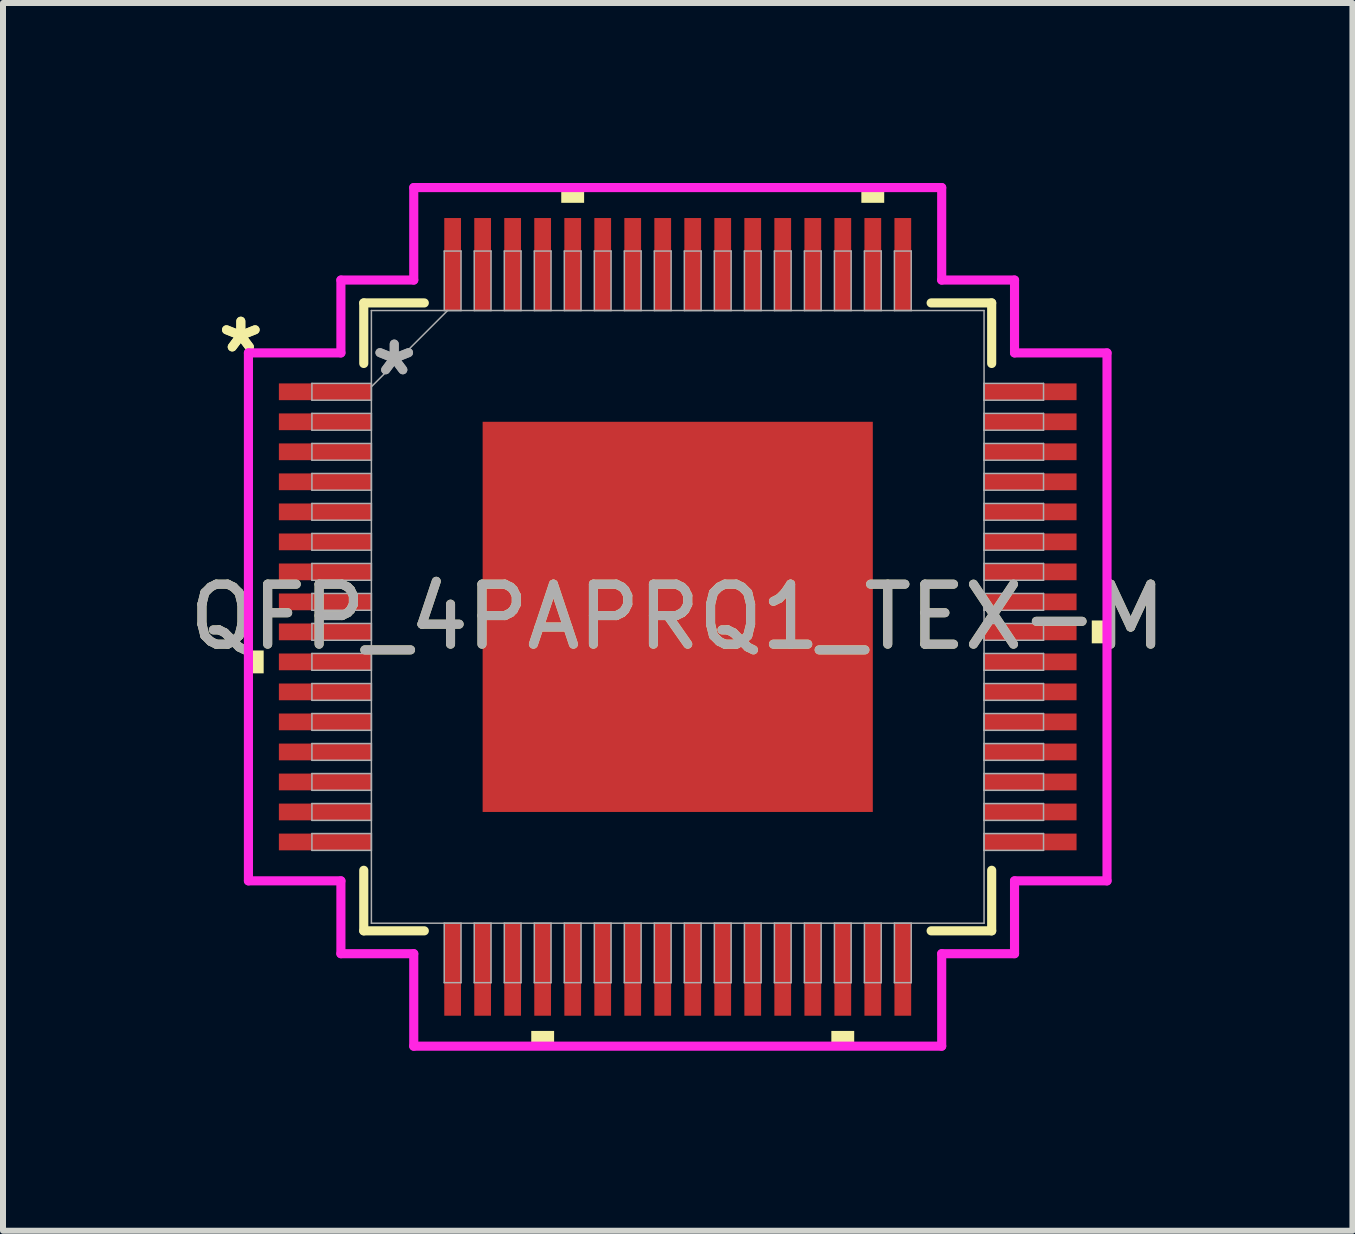
<source format=kicad_pcb>
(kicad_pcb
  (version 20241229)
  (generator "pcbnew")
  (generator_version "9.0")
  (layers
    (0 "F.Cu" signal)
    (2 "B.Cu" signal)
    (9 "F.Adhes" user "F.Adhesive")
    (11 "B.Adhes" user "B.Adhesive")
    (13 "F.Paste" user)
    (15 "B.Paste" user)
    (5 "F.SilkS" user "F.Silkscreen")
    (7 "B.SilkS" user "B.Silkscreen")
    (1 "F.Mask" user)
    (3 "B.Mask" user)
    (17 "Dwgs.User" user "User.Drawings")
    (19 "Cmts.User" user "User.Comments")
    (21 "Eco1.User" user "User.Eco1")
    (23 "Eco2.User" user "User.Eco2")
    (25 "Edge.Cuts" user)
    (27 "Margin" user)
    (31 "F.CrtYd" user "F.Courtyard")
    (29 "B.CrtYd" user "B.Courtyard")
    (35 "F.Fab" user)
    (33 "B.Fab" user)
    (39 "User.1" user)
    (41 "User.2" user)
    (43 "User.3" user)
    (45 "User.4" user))
  (footprint "QFP_4PAPRQ1_TEX-M"
    (layer "F.Cu")
    (at 8.244 7.23)
    (property "Reference" "QFP_4PAPRQ1_TEX-M" (at 0 0 0) (unlocked yes) (layer "F.SilkS") (effects (font (size 1 1) (thickness 0.15))))
    (attr smd)
    (fp_line (start -5.232 -5.232) (end -5.232 -4.223) (stroke (width 0.152) (type solid)) (layer "F.SilkS"))
    (fp_line (start -5.232 4.223) (end -5.232 5.232) (stroke (width 0.152) (type solid)) (layer "F.SilkS"))
    (fp_line (start -5.232 5.232) (end -4.223 5.232) (stroke (width 0.152) (type solid)) (layer "F.SilkS"))
    (fp_line (start -4.223 -5.232) (end -5.232 -5.232) (stroke (width 0.152) (type solid)) (layer "F.SilkS"))
    (fp_line (start 4.223 5.232) (end 5.232 5.232) (stroke (width 0.152) (type solid)) (layer "F.SilkS"))
    (fp_line (start 5.232 -5.232) (end 4.223 -5.232) (stroke (width 0.152) (type solid)) (layer "F.SilkS"))
    (fp_line (start 5.232 -4.223) (end 5.232 -5.232) (stroke (width 0.152) (type solid)) (layer "F.SilkS"))
    (fp_line (start 5.232 5.232) (end 5.232 4.223) (stroke (width 0.152) (type solid)) (layer "F.SilkS"))
    (fp_poly (pts (xy -7.154 0.56) (xy -7.154 0.941) (xy -6.9 0.941) (xy -6.9 0.56)) (stroke (width 0) (type solid)) (fill yes) (layer "F.SilkS"))
    (fp_poly (pts (xy -2.441 6.9) (xy -2.441 7.154) (xy -2.06 7.154) (xy -2.06 6.9)) (stroke (width 0) (type solid)) (fill yes) (layer "F.SilkS"))
    (fp_poly (pts (xy -1.941 -6.9) (xy -1.941 -7.154) (xy -1.56 -7.154) (xy -1.56 -6.9)) (stroke (width 0) (type solid)) (fill yes) (layer "F.SilkS"))
    (fp_poly (pts (xy 2.56 6.9) (xy 2.56 7.154) (xy 2.941 7.154) (xy 2.941 6.9)) (stroke (width 0) (type solid)) (fill yes) (layer "F.SilkS"))
    (fp_poly (pts (xy 3.06 -6.9) (xy 3.06 -7.154) (xy 3.441 -7.154) (xy 3.441 -6.9)) (stroke (width 0) (type solid)) (fill yes) (layer "F.SilkS"))
    (fp_poly (pts (xy 7.154 0.06) (xy 7.154 0.441) (xy 6.9 0.441) (xy 6.9 0.06)) (stroke (width 0) (type solid)) (fill yes) (layer "F.SilkS"))
    (fp_poly (pts (xy -3.151 -3.151) (xy -3.151 -2.051) (xy -2.051 -2.051) (xy -2.051 -3.151)) (stroke (width 0) (type solid)) (fill yes) (layer "F.Paste"))
    (fp_poly (pts (xy -3.151 -1.851) (xy -3.151 -0.75) (xy -2.051 -0.75) (xy -2.051 -1.851)) (stroke (width 0) (type solid)) (fill yes) (layer "F.Paste"))
    (fp_poly (pts (xy -3.151 -0.55) (xy -3.151 0.55) (xy -2.051 0.55) (xy -2.051 -0.55)) (stroke (width 0) (type solid)) (fill yes) (layer "F.Paste"))
    (fp_poly (pts (xy -3.151 0.75) (xy -3.151 1.851) (xy -2.051 1.851) (xy -2.051 0.75)) (stroke (width 0) (type solid)) (fill yes) (layer "F.Paste"))
    (fp_poly (pts (xy -3.151 2.051) (xy -3.151 3.151) (xy -2.051 3.151) (xy -2.051 2.051)) (stroke (width 0) (type solid)) (fill yes) (layer "F.Paste"))
    (fp_poly (pts (xy -1.851 -3.151) (xy -1.851 -2.051) (xy -0.75 -2.051) (xy -0.75 -3.151)) (stroke (width 0) (type solid)) (fill yes) (layer "F.Paste"))
    (fp_poly (pts (xy -1.851 -1.851) (xy -1.851 -0.75) (xy -0.75 -0.75) (xy -0.75 -1.851)) (stroke (width 0) (type solid)) (fill yes) (layer "F.Paste"))
    (fp_poly (pts (xy -1.851 -0.55) (xy -1.851 0.55) (xy -0.75 0.55) (xy -0.75 -0.55)) (stroke (width 0) (type solid)) (fill yes) (layer "F.Paste"))
    (fp_poly (pts (xy -1.851 0.75) (xy -1.851 1.851) (xy -0.75 1.851) (xy -0.75 0.75)) (stroke (width 0) (type solid)) (fill yes) (layer "F.Paste"))
    (fp_poly (pts (xy -1.851 2.051) (xy -1.851 3.151) (xy -0.75 3.151) (xy -0.75 2.051)) (stroke (width 0) (type solid)) (fill yes) (layer "F.Paste"))
    (fp_poly (pts (xy -0.55 -3.151) (xy -0.55 -2.051) (xy 0.55 -2.051) (xy 0.55 -3.151)) (stroke (width 0) (type solid)) (fill yes) (layer "F.Paste"))
    (fp_poly (pts (xy -0.55 -1.851) (xy -0.55 -0.75) (xy 0.55 -0.75) (xy 0.55 -1.851)) (stroke (width 0) (type solid)) (fill yes) (layer "F.Paste"))
    (fp_poly (pts (xy -0.55 -0.55) (xy -0.55 0.55) (xy 0.55 0.55) (xy 0.55 -0.55)) (stroke (width 0) (type solid)) (fill yes) (layer "F.Paste"))
    (fp_poly (pts (xy -0.55 0.75) (xy -0.55 1.851) (xy 0.55 1.851) (xy 0.55 0.75)) (stroke (width 0) (type solid)) (fill yes) (layer "F.Paste"))
    (fp_poly (pts (xy -0.55 2.051) (xy -0.55 3.151) (xy 0.55 3.151) (xy 0.55 2.051)) (stroke (width 0) (type solid)) (fill yes) (layer "F.Paste"))
    (fp_poly (pts (xy 0.75 -3.151) (xy 0.75 -2.051) (xy 1.851 -2.051) (xy 1.851 -3.151)) (stroke (width 0) (type solid)) (fill yes) (layer "F.Paste"))
    (fp_poly (pts (xy 0.75 -1.851) (xy 0.75 -0.75) (xy 1.851 -0.75) (xy 1.851 -1.851)) (stroke (width 0) (type solid)) (fill yes) (layer "F.Paste"))
    (fp_poly (pts (xy 0.75 -0.55) (xy 0.75 0.55) (xy 1.851 0.55) (xy 1.851 -0.55)) (stroke (width 0) (type solid)) (fill yes) (layer "F.Paste"))
    (fp_poly (pts (xy 0.75 0.75) (xy 0.75 1.851) (xy 1.851 1.851) (xy 1.851 0.75)) (stroke (width 0) (type solid)) (fill yes) (layer "F.Paste"))
    (fp_poly (pts (xy 0.75 2.051) (xy 0.75 3.151) (xy 1.851 3.151) (xy 1.851 2.051)) (stroke (width 0) (type solid)) (fill yes) (layer "F.Paste"))
    (fp_poly (pts (xy 2.051 -3.151) (xy 2.051 -2.051) (xy 3.151 -2.051) (xy 3.151 -3.151)) (stroke (width 0) (type solid)) (fill yes) (layer "F.Paste"))
    (fp_poly (pts (xy 2.051 -1.851) (xy 2.051 -0.75) (xy 3.151 -0.75) (xy 3.151 -1.851)) (stroke (width 0) (type solid)) (fill yes) (layer "F.Paste"))
    (fp_poly (pts (xy 2.051 -0.55) (xy 2.051 0.55) (xy 3.151 0.55) (xy 3.151 -0.55)) (stroke (width 0) (type solid)) (fill yes) (layer "F.Paste"))
    (fp_poly (pts (xy 2.051 0.75) (xy 2.051 1.851) (xy 3.151 1.851) (xy 3.151 0.75)) (stroke (width 0) (type solid)) (fill yes) (layer "F.Paste"))
    (fp_poly (pts (xy 2.051 2.051) (xy 2.051 3.151) (xy 3.151 3.151) (xy 3.151 2.051)) (stroke (width 0) (type solid)) (fill yes) (layer "F.Paste"))
    (fp_line (start -7.154 -4.399) (end -5.613 -4.399) (stroke (width 0.152) (type solid)) (layer "F.CrtYd"))
    (fp_line (start -7.154 4.399) (end -7.154 -4.399) (stroke (width 0.152) (type solid)) (layer "F.CrtYd"))
    (fp_line (start -5.613 -5.613) (end -4.399 -5.613) (stroke (width 0.152) (type solid)) (layer "F.CrtYd"))
    (fp_line (start -5.613 -4.399) (end -5.613 -5.613) (stroke (width 0.152) (type solid)) (layer "F.CrtYd"))
    (fp_line (start -5.613 4.399) (end -7.154 4.399) (stroke (width 0.152) (type solid)) (layer "F.CrtYd"))
    (fp_line (start -5.613 5.613) (end -5.613 4.399) (stroke (width 0.152) (type solid)) (layer "F.CrtYd"))
    (fp_line (start -5.613 5.613) (end -4.399 5.613) (stroke (width 0.152) (type solid)) (layer "F.CrtYd"))
    (fp_line (start -4.399 -7.154) (end 4.399 -7.154) (stroke (width 0.152) (type solid)) (layer "F.CrtYd"))
    (fp_line (start -4.399 -5.613) (end -4.399 -7.154) (stroke (width 0.152) (type solid)) (layer "F.CrtYd"))
    (fp_line (start -4.399 5.613) (end -4.399 7.154) (stroke (width 0.152) (type solid)) (layer "F.CrtYd"))
    (fp_line (start -4.399 7.154) (end 4.399 7.154) (stroke (width 0.152) (type solid)) (layer "F.CrtYd"))
    (fp_line (start 4.399 -7.154) (end 4.399 -5.613) (stroke (width 0.152) (type solid)) (layer "F.CrtYd"))
    (fp_line (start 4.399 -5.613) (end 5.613 -5.613) (stroke (width 0.152) (type solid)) (layer "F.CrtYd"))
    (fp_line (start 4.399 5.613) (end 5.613 5.613) (stroke (width 0.152) (type solid)) (layer "F.CrtYd"))
    (fp_line (start 4.399 7.154) (end 4.399 5.613) (stroke (width 0.152) (type solid)) (layer "F.CrtYd"))
    (fp_line (start 5.613 -4.399) (end 5.613 -5.613) (stroke (width 0.152) (type solid)) (layer "F.CrtYd"))
    (fp_line (start 5.613 4.399) (end 7.154 4.399) (stroke (width 0.152) (type solid)) (layer "F.CrtYd"))
    (fp_line (start 5.613 5.613) (end 5.613 4.399) (stroke (width 0.152) (type solid)) (layer "F.CrtYd"))
    (fp_line (start 7.154 -4.399) (end 5.613 -4.399) (stroke (width 0.152) (type solid)) (layer "F.CrtYd"))
    (fp_line (start 7.154 4.399) (end 7.154 -4.399) (stroke (width 0.152) (type solid)) (layer "F.CrtYd"))
    (fp_line (start -6.096 -3.891) (end -6.096 -3.611) (stroke (width 0.025) (type solid)) (layer "F.Fab"))
    (fp_line (start -6.096 -3.611) (end -5.105 -3.611) (stroke (width 0.025) (type solid)) (layer "F.Fab"))
    (fp_line (start -6.096 -3.391) (end -6.096 -3.111) (stroke (width 0.025) (type solid)) (layer "F.Fab"))
    (fp_line (start -6.096 -3.111) (end -5.105 -3.111) (stroke (width 0.025) (type solid)) (layer "F.Fab"))
    (fp_line (start -6.096 -2.89) (end -6.096 -2.611) (stroke (width 0.025) (type solid)) (layer "F.Fab"))
    (fp_line (start -6.096 -2.611) (end -5.105 -2.611) (stroke (width 0.025) (type solid)) (layer "F.Fab"))
    (fp_line (start -6.096 -2.39) (end -6.096 -2.111) (stroke (width 0.025) (type solid)) (layer "F.Fab"))
    (fp_line (start -6.096 -2.111) (end -5.105 -2.111) (stroke (width 0.025) (type solid)) (layer "F.Fab"))
    (fp_line (start -6.096 -1.89) (end -6.096 -1.611) (stroke (width 0.025) (type solid)) (layer "F.Fab"))
    (fp_line (start -6.096 -1.611) (end -5.105 -1.611) (stroke (width 0.025) (type solid)) (layer "F.Fab"))
    (fp_line (start -6.096 -1.39) (end -6.096 -1.111) (stroke (width 0.025) (type solid)) (layer "F.Fab"))
    (fp_line (start -6.096 -1.111) (end -5.105 -1.111) (stroke (width 0.025) (type solid)) (layer "F.Fab"))
    (fp_line (start -6.096 -0.89) (end -6.096 -0.61) (stroke (width 0.025) (type solid)) (layer "F.Fab"))
    (fp_line (start -6.096 -0.61) (end -5.105 -0.61) (stroke (width 0.025) (type solid)) (layer "F.Fab"))
    (fp_line (start -6.096 -0.39) (end -6.096 -0.11) (stroke (width 0.025) (type solid)) (layer "F.Fab"))
    (fp_line (start -6.096 -0.11) (end -5.105 -0.11) (stroke (width 0.025) (type solid)) (layer "F.Fab"))
    (fp_line (start -6.096 0.11) (end -6.096 0.39) (stroke (width 0.025) (type solid)) (layer "F.Fab"))
    (fp_line (start -6.096 0.39) (end -5.105 0.39) (stroke (width 0.025) (type solid)) (layer "F.Fab"))
    (fp_line (start -6.096 0.61) (end -6.096 0.89) (stroke (width 0.025) (type solid)) (layer "F.Fab"))
    (fp_line (start -6.096 0.89) (end -5.105 0.89) (stroke (width 0.025) (type solid)) (layer "F.Fab"))
    (fp_line (start -6.096 1.111) (end -6.096 1.39) (stroke (width 0.025) (type solid)) (layer "F.Fab"))
    (fp_line (start -6.096 1.39) (end -5.105 1.39) (stroke (width 0.025) (type solid)) (layer "F.Fab"))
    (fp_line (start -6.096 1.611) (end -6.096 1.89) (stroke (width 0.025) (type solid)) (layer "F.Fab"))
    (fp_line (start -6.096 1.89) (end -5.105 1.89) (stroke (width 0.025) (type solid)) (layer "F.Fab"))
    (fp_line (start -6.096 2.111) (end -6.096 2.39) (stroke (width 0.025) (type solid)) (layer "F.Fab"))
    (fp_line (start -6.096 2.39) (end -5.105 2.39) (stroke (width 0.025) (type solid)) (layer "F.Fab"))
    (fp_line (start -6.096 2.611) (end -6.096 2.89) (stroke (width 0.025) (type solid)) (layer "F.Fab"))
    (fp_line (start -6.096 2.89) (end -5.105 2.89) (stroke (width 0.025) (type solid)) (layer "F.Fab"))
    (fp_line (start -6.096 3.111) (end -6.096 3.391) (stroke (width 0.025) (type solid)) (layer "F.Fab"))
    (fp_line (start -6.096 3.391) (end -5.105 3.391) (stroke (width 0.025) (type solid)) (layer "F.Fab"))
    (fp_line (start -6.096 3.611) (end -6.096 3.891) (stroke (width 0.025) (type solid)) (layer "F.Fab"))
    (fp_line (start -6.096 3.891) (end -5.105 3.891) (stroke (width 0.025) (type solid)) (layer "F.Fab"))
    (fp_line (start -5.105 -5.105) (end -5.105 5.105) (stroke (width 0.025) (type solid)) (layer "F.Fab"))
    (fp_line (start -5.105 -3.891) (end -6.096 -3.891) (stroke (width 0.025) (type solid)) (layer "F.Fab"))
    (fp_line (start -5.105 -3.835) (end -3.835 -5.105) (stroke (width 0.025) (type solid)) (layer "F.Fab"))
    (fp_line (start -5.105 -3.611) (end -5.105 -3.891) (stroke (width 0.025) (type solid)) (layer "F.Fab"))
    (fp_line (start -5.105 -3.391) (end -6.096 -3.391) (stroke (width 0.025) (type solid)) (layer "F.Fab"))
    (fp_line (start -5.105 -3.111) (end -5.105 -3.391) (stroke (width 0.025) (type solid)) (layer "F.Fab"))
    (fp_line (start -5.105 -2.89) (end -6.096 -2.89) (stroke (width 0.025) (type solid)) (layer "F.Fab"))
    (fp_line (start -5.105 -2.611) (end -5.105 -2.89) (stroke (width 0.025) (type solid)) (layer "F.Fab"))
    (fp_line (start -5.105 -2.39) (end -6.096 -2.39) (stroke (width 0.025) (type solid)) (layer "F.Fab"))
    (fp_line (start -5.105 -2.111) (end -5.105 -2.39) (stroke (width 0.025) (type solid)) (layer "F.Fab"))
    (fp_line (start -5.105 -1.89) (end -6.096 -1.89) (stroke (width 0.025) (type solid)) (layer "F.Fab"))
    (fp_line (start -5.105 -1.611) (end -5.105 -1.89) (stroke (width 0.025) (type solid)) (layer "F.Fab"))
    (fp_line (start -5.105 -1.39) (end -6.096 -1.39) (stroke (width 0.025) (type solid)) (layer "F.Fab"))
    (fp_line (start -5.105 -1.111) (end -5.105 -1.39) (stroke (width 0.025) (type solid)) (layer "F.Fab"))
    (fp_line (start -5.105 -0.89) (end -6.096 -0.89) (stroke (width 0.025) (type solid)) (layer "F.Fab"))
    (fp_line (start -5.105 -0.61) (end -5.105 -0.89) (stroke (width 0.025) (type solid)) (layer "F.Fab"))
    (fp_line (start -5.105 -0.39) (end -6.096 -0.39) (stroke (width 0.025) (type solid)) (layer "F.Fab"))
    (fp_line (start -5.105 -0.11) (end -5.105 -0.39) (stroke (width 0.025) (type solid)) (layer "F.Fab"))
    (fp_line (start -5.105 0.11) (end -6.096 0.11) (stroke (width 0.025) (type solid)) (layer "F.Fab"))
    (fp_line (start -5.105 0.39) (end -5.105 0.11) (stroke (width 0.025) (type solid)) (layer "F.Fab"))
    (fp_line (start -5.105 0.61) (end -6.096 0.61) (stroke (width 0.025) (type solid)) (layer "F.Fab"))
    (fp_line (start -5.105 0.89) (end -5.105 0.61) (stroke (width 0.025) (type solid)) (layer "F.Fab"))
    (fp_line (start -5.105 1.111) (end -6.096 1.111) (stroke (width 0.025) (type solid)) (layer "F.Fab"))
    (fp_line (start -5.105 1.39) (end -5.105 1.111) (stroke (width 0.025) (type solid)) (layer "F.Fab"))
    (fp_line (start -5.105 1.611) (end -6.096 1.611) (stroke (width 0.025) (type solid)) (layer "F.Fab"))
    (fp_line (start -5.105 1.89) (end -5.105 1.611) (stroke (width 0.025) (type solid)) (layer "F.Fab"))
    (fp_line (start -5.105 2.111) (end -6.096 2.111) (stroke (width 0.025) (type solid)) (layer "F.Fab"))
    (fp_line (start -5.105 2.39) (end -5.105 2.111) (stroke (width 0.025) (type solid)) (layer "F.Fab"))
    (fp_line (start -5.105 2.611) (end -6.096 2.611) (stroke (width 0.025) (type solid)) (layer "F.Fab"))
    (fp_line (start -5.105 2.89) (end -5.105 2.611) (stroke (width 0.025) (type solid)) (layer "F.Fab"))
    (fp_line (start -5.105 3.111) (end -6.096 3.111) (stroke (width 0.025) (type solid)) (layer "F.Fab"))
    (fp_line (start -5.105 3.391) (end -5.105 3.111) (stroke (width 0.025) (type solid)) (layer "F.Fab"))
    (fp_line (start -5.105 3.611) (end -6.096 3.611) (stroke (width 0.025) (type solid)) (layer "F.Fab"))
    (fp_line (start -5.105 3.891) (end -5.105 3.611) (stroke (width 0.025) (type solid)) (layer "F.Fab"))
    (fp_line (start -5.105 5.105) (end 5.105 5.105) (stroke (width 0.025) (type solid)) (layer "F.Fab"))
    (fp_line (start -3.891 -6.096) (end -3.891 -5.105) (stroke (width 0.025) (type solid)) (layer "F.Fab"))
    (fp_line (start -3.891 -5.105) (end -3.611 -5.105) (stroke (width 0.025) (type solid)) (layer "F.Fab"))
    (fp_line (start -3.891 5.105) (end -3.891 6.096) (stroke (width 0.025) (type solid)) (layer "F.Fab"))
    (fp_line (start -3.891 6.096) (end -3.611 6.096) (stroke (width 0.025) (type solid)) (layer "F.Fab"))
    (fp_line (start -3.611 -6.096) (end -3.891 -6.096) (stroke (width 0.025) (type solid)) (layer "F.Fab"))
    (fp_line (start -3.611 -5.105) (end -3.611 -6.096) (stroke (width 0.025) (type solid)) (layer "F.Fab"))
    (fp_line (start -3.611 5.105) (end -3.891 5.105) (stroke (width 0.025) (type solid)) (layer "F.Fab"))
    (fp_line (start -3.611 6.096) (end -3.611 5.105) (stroke (width 0.025) (type solid)) (layer "F.Fab"))
    (fp_line (start -3.391 -6.096) (end -3.391 -5.105) (stroke (width 0.025) (type solid)) (layer "F.Fab"))
    (fp_line (start -3.391 -5.105) (end -3.111 -5.105) (stroke (width 0.025) (type solid)) (layer "F.Fab"))
    (fp_line (start -3.391 5.105) (end -3.391 6.096) (stroke (width 0.025) (type solid)) (layer "F.Fab"))
    (fp_line (start -3.391 6.096) (end -3.111 6.096) (stroke (width 0.025) (type solid)) (layer "F.Fab"))
    (fp_line (start -3.111 -6.096) (end -3.391 -6.096) (stroke (width 0.025) (type solid)) (layer "F.Fab"))
    (fp_line (start -3.111 -5.105) (end -3.111 -6.096) (stroke (width 0.025) (type solid)) (layer "F.Fab"))
    (fp_line (start -3.111 5.105) (end -3.391 5.105) (stroke (width 0.025) (type solid)) (layer "F.Fab"))
    (fp_line (start -3.111 6.096) (end -3.111 5.105) (stroke (width 0.025) (type solid)) (layer "F.Fab"))
    (fp_line (start -2.89 -6.096) (end -2.89 -5.105) (stroke (width 0.025) (type solid)) (layer "F.Fab"))
    (fp_line (start -2.89 -5.105) (end -2.611 -5.105) (stroke (width 0.025) (type solid)) (layer "F.Fab"))
    (fp_line (start -2.89 5.105) (end -2.89 6.096) (stroke (width 0.025) (type solid)) (layer "F.Fab"))
    (fp_line (start -2.89 6.096) (end -2.611 6.096) (stroke (width 0.025) (type solid)) (layer "F.Fab"))
    (fp_line (start -2.611 -6.096) (end -2.89 -6.096) (stroke (width 0.025) (type solid)) (layer "F.Fab"))
    (fp_line (start -2.611 -5.105) (end -2.611 -6.096) (stroke (width 0.025) (type solid)) (layer "F.Fab"))
    (fp_line (start -2.611 5.105) (end -2.89 5.105) (stroke (width 0.025) (type solid)) (layer "F.Fab"))
    (fp_line (start -2.611 6.096) (end -2.611 5.105) (stroke (width 0.025) (type solid)) (layer "F.Fab"))
    (fp_line (start -2.39 -6.096) (end -2.39 -5.105) (stroke (width 0.025) (type solid)) (layer "F.Fab"))
    (fp_line (start -2.39 -5.105) (end -2.111 -5.105) (stroke (width 0.025) (type solid)) (layer "F.Fab"))
    (fp_line (start -2.39 5.105) (end -2.39 6.096) (stroke (width 0.025) (type solid)) (layer "F.Fab"))
    (fp_line (start -2.39 6.096) (end -2.111 6.096) (stroke (width 0.025) (type solid)) (layer "F.Fab"))
    (fp_line (start -2.111 -6.096) (end -2.39 -6.096) (stroke (width 0.025) (type solid)) (layer "F.Fab"))
    (fp_line (start -2.111 -5.105) (end -2.111 -6.096) (stroke (width 0.025) (type solid)) (layer "F.Fab"))
    (fp_line (start -2.111 5.105) (end -2.39 5.105) (stroke (width 0.025) (type solid)) (layer "F.Fab"))
    (fp_line (start -2.111 6.096) (end -2.111 5.105) (stroke (width 0.025) (type solid)) (layer "F.Fab"))
    (fp_line (start -1.89 -6.096) (end -1.89 -5.105) (stroke (width 0.025) (type solid)) (layer "F.Fab"))
    (fp_line (start -1.89 -5.105) (end -1.611 -5.105) (stroke (width 0.025) (type solid)) (layer "F.Fab"))
    (fp_line (start -1.89 5.105) (end -1.89 6.096) (stroke (width 0.025) (type solid)) (layer "F.Fab"))
    (fp_line (start -1.89 6.096) (end -1.611 6.096) (stroke (width 0.025) (type solid)) (layer "F.Fab"))
    (fp_line (start -1.611 -6.096) (end -1.89 -6.096) (stroke (width 0.025) (type solid)) (layer "F.Fab"))
    (fp_line (start -1.611 -5.105) (end -1.611 -6.096) (stroke (width 0.025) (type solid)) (layer "F.Fab"))
    (fp_line (start -1.611 5.105) (end -1.89 5.105) (stroke (width 0.025) (type solid)) (layer "F.Fab"))
    (fp_line (start -1.611 6.096) (end -1.611 5.105) (stroke (width 0.025) (type solid)) (layer "F.Fab"))
    (fp_line (start -1.39 -6.096) (end -1.39 -5.105) (stroke (width 0.025) (type solid)) (layer "F.Fab"))
    (fp_line (start -1.39 -5.105) (end -1.111 -5.105) (stroke (width 0.025) (type solid)) (layer "F.Fab"))
    (fp_line (start -1.39 5.105) (end -1.39 6.096) (stroke (width 0.025) (type solid)) (layer "F.Fab"))
    (fp_line (start -1.39 6.096) (end -1.111 6.096) (stroke (width 0.025) (type solid)) (layer "F.Fab"))
    (fp_line (start -1.111 -6.096) (end -1.39 -6.096) (stroke (width 0.025) (type solid)) (layer "F.Fab"))
    (fp_line (start -1.111 -5.105) (end -1.111 -6.096) (stroke (width 0.025) (type solid)) (layer "F.Fab"))
    (fp_line (start -1.111 5.105) (end -1.39 5.105) (stroke (width 0.025) (type solid)) (layer "F.Fab"))
    (fp_line (start -1.111 6.096) (end -1.111 5.105) (stroke (width 0.025) (type solid)) (layer "F.Fab"))
    (fp_line (start -0.89 -6.096) (end -0.89 -5.105) (stroke (width 0.025) (type solid)) (layer "F.Fab"))
    (fp_line (start -0.89 -5.105) (end -0.61 -5.105) (stroke (width 0.025) (type solid)) (layer "F.Fab"))
    (fp_line (start -0.89 5.105) (end -0.89 6.096) (stroke (width 0.025) (type solid)) (layer "F.Fab"))
    (fp_line (start -0.89 6.096) (end -0.61 6.096) (stroke (width 0.025) (type solid)) (layer "F.Fab"))
    (fp_line (start -0.61 -6.096) (end -0.89 -6.096) (stroke (width 0.025) (type solid)) (layer "F.Fab"))
    (fp_line (start -0.61 -5.105) (end -0.61 -6.096) (stroke (width 0.025) (type solid)) (layer "F.Fab"))
    (fp_line (start -0.61 5.105) (end -0.89 5.105) (stroke (width 0.025) (type solid)) (layer "F.Fab"))
    (fp_line (start -0.61 6.096) (end -0.61 5.105) (stroke (width 0.025) (type solid)) (layer "F.Fab"))
    (fp_line (start -0.39 -6.096) (end -0.39 -5.105) (stroke (width 0.025) (type solid)) (layer "F.Fab"))
    (fp_line (start -0.39 -5.105) (end -0.11 -5.105) (stroke (width 0.025) (type solid)) (layer "F.Fab"))
    (fp_line (start -0.39 5.105) (end -0.39 6.096) (stroke (width 0.025) (type solid)) (layer "F.Fab"))
    (fp_line (start -0.39 6.096) (end -0.11 6.096) (stroke (width 0.025) (type solid)) (layer "F.Fab"))
    (fp_line (start -0.11 -6.096) (end -0.39 -6.096) (stroke (width 0.025) (type solid)) (layer "F.Fab"))
    (fp_line (start -0.11 -5.105) (end -0.11 -6.096) (stroke (width 0.025) (type solid)) (layer "F.Fab"))
    (fp_line (start -0.11 5.105) (end -0.39 5.105) (stroke (width 0.025) (type solid)) (layer "F.Fab"))
    (fp_line (start -0.11 6.096) (end -0.11 5.105) (stroke (width 0.025) (type solid)) (layer "F.Fab"))
    (fp_line (start 0.11 -6.096) (end 0.11 -5.105) (stroke (width 0.025) (type solid)) (layer "F.Fab"))
    (fp_line (start 0.11 -5.105) (end 0.39 -5.105) (stroke (width 0.025) (type solid)) (layer "F.Fab"))
    (fp_line (start 0.11 5.105) (end 0.11 6.096) (stroke (width 0.025) (type solid)) (layer "F.Fab"))
    (fp_line (start 0.11 6.096) (end 0.39 6.096) (stroke (width 0.025) (type solid)) (layer "F.Fab"))
    (fp_line (start 0.39 -6.096) (end 0.11 -6.096) (stroke (width 0.025) (type solid)) (layer "F.Fab"))
    (fp_line (start 0.39 -5.105) (end 0.39 -6.096) (stroke (width 0.025) (type solid)) (layer "F.Fab"))
    (fp_line (start 0.39 5.105) (end 0.11 5.105) (stroke (width 0.025) (type solid)) (layer "F.Fab"))
    (fp_line (start 0.39 6.096) (end 0.39 5.105) (stroke (width 0.025) (type solid)) (layer "F.Fab"))
    (fp_line (start 0.61 -6.096) (end 0.61 -5.105) (stroke (width 0.025) (type solid)) (layer "F.Fab"))
    (fp_line (start 0.61 -5.105) (end 0.89 -5.105) (stroke (width 0.025) (type solid)) (layer "F.Fab"))
    (fp_line (start 0.61 5.105) (end 0.61 6.096) (stroke (width 0.025) (type solid)) (layer "F.Fab"))
    (fp_line (start 0.61 6.096) (end 0.89 6.096) (stroke (width 0.025) (type solid)) (layer "F.Fab"))
    (fp_line (start 0.89 -6.096) (end 0.61 -6.096) (stroke (width 0.025) (type solid)) (layer "F.Fab"))
    (fp_line (start 0.89 -5.105) (end 0.89 -6.096) (stroke (width 0.025) (type solid)) (layer "F.Fab"))
    (fp_line (start 0.89 5.105) (end 0.61 5.105) (stroke (width 0.025) (type solid)) (layer "F.Fab"))
    (fp_line (start 0.89 6.096) (end 0.89 5.105) (stroke (width 0.025) (type solid)) (layer "F.Fab"))
    (fp_line (start 1.111 -6.096) (end 1.111 -5.105) (stroke (width 0.025) (type solid)) (layer "F.Fab"))
    (fp_line (start 1.111 -5.105) (end 1.39 -5.105) (stroke (width 0.025) (type solid)) (layer "F.Fab"))
    (fp_line (start 1.111 5.105) (end 1.111 6.096) (stroke (width 0.025) (type solid)) (layer "F.Fab"))
    (fp_line (start 1.111 6.096) (end 1.39 6.096) (stroke (width 0.025) (type solid)) (layer "F.Fab"))
    (fp_line (start 1.39 -6.096) (end 1.111 -6.096) (stroke (width 0.025) (type solid)) (layer "F.Fab"))
    (fp_line (start 1.39 -5.105) (end 1.39 -6.096) (stroke (width 0.025) (type solid)) (layer "F.Fab"))
    (fp_line (start 1.39 5.105) (end 1.111 5.105) (stroke (width 0.025) (type solid)) (layer "F.Fab"))
    (fp_line (start 1.39 6.096) (end 1.39 5.105) (stroke (width 0.025) (type solid)) (layer "F.Fab"))
    (fp_line (start 1.611 -6.096) (end 1.611 -5.105) (stroke (width 0.025) (type solid)) (layer "F.Fab"))
    (fp_line (start 1.611 -5.105) (end 1.89 -5.105) (stroke (width 0.025) (type solid)) (layer "F.Fab"))
    (fp_line (start 1.611 5.105) (end 1.611 6.096) (stroke (width 0.025) (type solid)) (layer "F.Fab"))
    (fp_line (start 1.611 6.096) (end 1.89 6.096) (stroke (width 0.025) (type solid)) (layer "F.Fab"))
    (fp_line (start 1.89 -6.096) (end 1.611 -6.096) (stroke (width 0.025) (type solid)) (layer "F.Fab"))
    (fp_line (start 1.89 -5.105) (end 1.89 -6.096) (stroke (width 0.025) (type solid)) (layer "F.Fab"))
    (fp_line (start 1.89 5.105) (end 1.611 5.105) (stroke (width 0.025) (type solid)) (layer "F.Fab"))
    (fp_line (start 1.89 6.096) (end 1.89 5.105) (stroke (width 0.025) (type solid)) (layer "F.Fab"))
    (fp_line (start 2.111 -6.096) (end 2.111 -5.105) (stroke (width 0.025) (type solid)) (layer "F.Fab"))
    (fp_line (start 2.111 -5.105) (end 2.39 -5.105) (stroke (width 0.025) (type solid)) (layer "F.Fab"))
    (fp_line (start 2.111 5.105) (end 2.111 6.096) (stroke (width 0.025) (type solid)) (layer "F.Fab"))
    (fp_line (start 2.111 6.096) (end 2.39 6.096) (stroke (width 0.025) (type solid)) (layer "F.Fab"))
    (fp_line (start 2.39 -6.096) (end 2.111 -6.096) (stroke (width 0.025) (type solid)) (layer "F.Fab"))
    (fp_line (start 2.39 -5.105) (end 2.39 -6.096) (stroke (width 0.025) (type solid)) (layer "F.Fab"))
    (fp_line (start 2.39 5.105) (end 2.111 5.105) (stroke (width 0.025) (type solid)) (layer "F.Fab"))
    (fp_line (start 2.39 6.096) (end 2.39 5.105) (stroke (width 0.025) (type solid)) (layer "F.Fab"))
    (fp_line (start 2.611 -6.096) (end 2.611 -5.105) (stroke (width 0.025) (type solid)) (layer "F.Fab"))
    (fp_line (start 2.611 -5.105) (end 2.89 -5.105) (stroke (width 0.025) (type solid)) (layer "F.Fab"))
    (fp_line (start 2.611 5.105) (end 2.611 6.096) (stroke (width 0.025) (type solid)) (layer "F.Fab"))
    (fp_line (start 2.611 6.096) (end 2.89 6.096) (stroke (width 0.025) (type solid)) (layer "F.Fab"))
    (fp_line (start 2.89 -6.096) (end 2.611 -6.096) (stroke (width 0.025) (type solid)) (layer "F.Fab"))
    (fp_line (start 2.89 -5.105) (end 2.89 -6.096) (stroke (width 0.025) (type solid)) (layer "F.Fab"))
    (fp_line (start 2.89 5.105) (end 2.611 5.105) (stroke (width 0.025) (type solid)) (layer "F.Fab"))
    (fp_line (start 2.89 6.096) (end 2.89 5.105) (stroke (width 0.025) (type solid)) (layer "F.Fab"))
    (fp_line (start 3.111 -6.096) (end 3.111 -5.105) (stroke (width 0.025) (type solid)) (layer "F.Fab"))
    (fp_line (start 3.111 -5.105) (end 3.391 -5.105) (stroke (width 0.025) (type solid)) (layer "F.Fab"))
    (fp_line (start 3.111 5.105) (end 3.111 6.096) (stroke (width 0.025) (type solid)) (layer "F.Fab"))
    (fp_line (start 3.111 6.096) (end 3.391 6.096) (stroke (width 0.025) (type solid)) (layer "F.Fab"))
    (fp_line (start 3.391 -6.096) (end 3.111 -6.096) (stroke (width 0.025) (type solid)) (layer "F.Fab"))
    (fp_line (start 3.391 -5.105) (end 3.391 -6.096) (stroke (width 0.025) (type solid)) (layer "F.Fab"))
    (fp_line (start 3.391 5.105) (end 3.111 5.105) (stroke (width 0.025) (type solid)) (layer "F.Fab"))
    (fp_line (start 3.391 6.096) (end 3.391 5.105) (stroke (width 0.025) (type solid)) (layer "F.Fab"))
    (fp_line (start 3.611 -6.096) (end 3.611 -5.105) (stroke (width 0.025) (type solid)) (layer "F.Fab"))
    (fp_line (start 3.611 -5.105) (end 3.891 -5.105) (stroke (width 0.025) (type solid)) (layer "F.Fab"))
    (fp_line (start 3.611 5.105) (end 3.611 6.096) (stroke (width 0.025) (type solid)) (layer "F.Fab"))
    (fp_line (start 3.611 6.096) (end 3.891 6.096) (stroke (width 0.025) (type solid)) (layer "F.Fab"))
    (fp_line (start 3.891 -6.096) (end 3.611 -6.096) (stroke (width 0.025) (type solid)) (layer "F.Fab"))
    (fp_line (start 3.891 -5.105) (end 3.891 -6.096) (stroke (width 0.025) (type solid)) (layer "F.Fab"))
    (fp_line (start 3.891 5.105) (end 3.611 5.105) (stroke (width 0.025) (type solid)) (layer "F.Fab"))
    (fp_line (start 3.891 6.096) (end 3.891 5.105) (stroke (width 0.025) (type solid)) (layer "F.Fab"))
    (fp_line (start 5.105 -5.105) (end -5.105 -5.105) (stroke (width 0.025) (type solid)) (layer "F.Fab"))
    (fp_line (start 5.105 -3.891) (end 5.105 -3.611) (stroke (width 0.025) (type solid)) (layer "F.Fab"))
    (fp_line (start 5.105 -3.611) (end 6.096 -3.611) (stroke (width 0.025) (type solid)) (layer "F.Fab"))
    (fp_line (start 5.105 -3.391) (end 5.105 -3.111) (stroke (width 0.025) (type solid)) (layer "F.Fab"))
    (fp_line (start 5.105 -3.111) (end 6.096 -3.111) (stroke (width 0.025) (type solid)) (layer "F.Fab"))
    (fp_line (start 5.105 -2.89) (end 5.105 -2.611) (stroke (width 0.025) (type solid)) (layer "F.Fab"))
    (fp_line (start 5.105 -2.611) (end 6.096 -2.611) (stroke (width 0.025) (type solid)) (layer "F.Fab"))
    (fp_line (start 5.105 -2.39) (end 5.105 -2.111) (stroke (width 0.025) (type solid)) (layer "F.Fab"))
    (fp_line (start 5.105 -2.111) (end 6.096 -2.111) (stroke (width 0.025) (type solid)) (layer "F.Fab"))
    (fp_line (start 5.105 -1.89) (end 5.105 -1.611) (stroke (width 0.025) (type solid)) (layer "F.Fab"))
    (fp_line (start 5.105 -1.611) (end 6.096 -1.611) (stroke (width 0.025) (type solid)) (layer "F.Fab"))
    (fp_line (start 5.105 -1.39) (end 5.105 -1.111) (stroke (width 0.025) (type solid)) (layer "F.Fab"))
    (fp_line (start 5.105 -1.111) (end 6.096 -1.111) (stroke (width 0.025) (type solid)) (layer "F.Fab"))
    (fp_line (start 5.105 -0.89) (end 5.105 -0.61) (stroke (width 0.025) (type solid)) (layer "F.Fab"))
    (fp_line (start 5.105 -0.61) (end 6.096 -0.61) (stroke (width 0.025) (type solid)) (layer "F.Fab"))
    (fp_line (start 5.105 -0.39) (end 5.105 -0.11) (stroke (width 0.025) (type solid)) (layer "F.Fab"))
    (fp_line (start 5.105 -0.11) (end 6.096 -0.11) (stroke (width 0.025) (type solid)) (layer "F.Fab"))
    (fp_line (start 5.105 0.11) (end 5.105 0.39) (stroke (width 0.025) (type solid)) (layer "F.Fab"))
    (fp_line (start 5.105 0.39) (end 6.096 0.39) (stroke (width 0.025) (type solid)) (layer "F.Fab"))
    (fp_line (start 5.105 0.61) (end 5.105 0.89) (stroke (width 0.025) (type solid)) (layer "F.Fab"))
    (fp_line (start 5.105 0.89) (end 6.096 0.89) (stroke (width 0.025) (type solid)) (layer "F.Fab"))
    (fp_line (start 5.105 1.111) (end 5.105 1.39) (stroke (width 0.025) (type solid)) (layer "F.Fab"))
    (fp_line (start 5.105 1.39) (end 6.096 1.39) (stroke (width 0.025) (type solid)) (layer "F.Fab"))
    (fp_line (start 5.105 1.611) (end 5.105 1.89) (stroke (width 0.025) (type solid)) (layer "F.Fab"))
    (fp_line (start 5.105 1.89) (end 6.096 1.89) (stroke (width 0.025) (type solid)) (layer "F.Fab"))
    (fp_line (start 5.105 2.111) (end 5.105 2.39) (stroke (width 0.025) (type solid)) (layer "F.Fab"))
    (fp_line (start 5.105 2.39) (end 6.096 2.39) (stroke (width 0.025) (type solid)) (layer "F.Fab"))
    (fp_line (start 5.105 2.611) (end 5.105 2.89) (stroke (width 0.025) (type solid)) (layer "F.Fab"))
    (fp_line (start 5.105 2.89) (end 6.096 2.89) (stroke (width 0.025) (type solid)) (layer "F.Fab"))
    (fp_line (start 5.105 3.111) (end 5.105 3.391) (stroke (width 0.025) (type solid)) (layer "F.Fab"))
    (fp_line (start 5.105 3.391) (end 6.096 3.391) (stroke (width 0.025) (type solid)) (layer "F.Fab"))
    (fp_line (start 5.105 3.611) (end 5.105 3.891) (stroke (width 0.025) (type solid)) (layer "F.Fab"))
    (fp_line (start 5.105 3.891) (end 6.096 3.891) (stroke (width 0.025) (type solid)) (layer "F.Fab"))
    (fp_line (start 5.105 5.105) (end 5.105 -5.105) (stroke (width 0.025) (type solid)) (layer "F.Fab"))
    (fp_line (start 6.096 -3.891) (end 5.105 -3.891) (stroke (width 0.025) (type solid)) (layer "F.Fab"))
    (fp_line (start 6.096 -3.611) (end 6.096 -3.891) (stroke (width 0.025) (type solid)) (layer "F.Fab"))
    (fp_line (start 6.096 -3.391) (end 5.105 -3.391) (stroke (width 0.025) (type solid)) (layer "F.Fab"))
    (fp_line (start 6.096 -3.111) (end 6.096 -3.391) (stroke (width 0.025) (type solid)) (layer "F.Fab"))
    (fp_line (start 6.096 -2.89) (end 5.105 -2.89) (stroke (width 0.025) (type solid)) (layer "F.Fab"))
    (fp_line (start 6.096 -2.611) (end 6.096 -2.89) (stroke (width 0.025) (type solid)) (layer "F.Fab"))
    (fp_line (start 6.096 -2.39) (end 5.105 -2.39) (stroke (width 0.025) (type solid)) (layer "F.Fab"))
    (fp_line (start 6.096 -2.111) (end 6.096 -2.39) (stroke (width 0.025) (type solid)) (layer "F.Fab"))
    (fp_line (start 6.096 -1.89) (end 5.105 -1.89) (stroke (width 0.025) (type solid)) (layer "F.Fab"))
    (fp_line (start 6.096 -1.611) (end 6.096 -1.89) (stroke (width 0.025) (type solid)) (layer "F.Fab"))
    (fp_line (start 6.096 -1.39) (end 5.105 -1.39) (stroke (width 0.025) (type solid)) (layer "F.Fab"))
    (fp_line (start 6.096 -1.111) (end 6.096 -1.39) (stroke (width 0.025) (type solid)) (layer "F.Fab"))
    (fp_line (start 6.096 -0.89) (end 5.105 -0.89) (stroke (width 0.025) (type solid)) (layer "F.Fab"))
    (fp_line (start 6.096 -0.61) (end 6.096 -0.89) (stroke (width 0.025) (type solid)) (layer "F.Fab"))
    (fp_line (start 6.096 -0.39) (end 5.105 -0.39) (stroke (width 0.025) (type solid)) (layer "F.Fab"))
    (fp_line (start 6.096 -0.11) (end 6.096 -0.39) (stroke (width 0.025) (type solid)) (layer "F.Fab"))
    (fp_line (start 6.096 0.11) (end 5.105 0.11) (stroke (width 0.025) (type solid)) (layer "F.Fab"))
    (fp_line (start 6.096 0.39) (end 6.096 0.11) (stroke (width 0.025) (type solid)) (layer "F.Fab"))
    (fp_line (start 6.096 0.61) (end 5.105 0.61) (stroke (width 0.025) (type solid)) (layer "F.Fab"))
    (fp_line (start 6.096 0.89) (end 6.096 0.61) (stroke (width 0.025) (type solid)) (layer "F.Fab"))
    (fp_line (start 6.096 1.111) (end 5.105 1.111) (stroke (width 0.025) (type solid)) (layer "F.Fab"))
    (fp_line (start 6.096 1.39) (end 6.096 1.111) (stroke (width 0.025) (type solid)) (layer "F.Fab"))
    (fp_line (start 6.096 1.611) (end 5.105 1.611) (stroke (width 0.025) (type solid)) (layer "F.Fab"))
    (fp_line (start 6.096 1.89) (end 6.096 1.611) (stroke (width 0.025) (type solid)) (layer "F.Fab"))
    (fp_line (start 6.096 2.111) (end 5.105 2.111) (stroke (width 0.025) (type solid)) (layer "F.Fab"))
    (fp_line (start 6.096 2.39) (end 6.096 2.111) (stroke (width 0.025) (type solid)) (layer "F.Fab"))
    (fp_line (start 6.096 2.611) (end 5.105 2.611) (stroke (width 0.025) (type solid)) (layer "F.Fab"))
    (fp_line (start 6.096 2.89) (end 6.096 2.611) (stroke (width 0.025) (type solid)) (layer "F.Fab"))
    (fp_line (start 6.096 3.111) (end 5.105 3.111) (stroke (width 0.025) (type solid)) (layer "F.Fab"))
    (fp_line (start 6.096 3.391) (end 6.096 3.111) (stroke (width 0.025) (type solid)) (layer "F.Fab"))
    (fp_line (start 6.096 3.611) (end 5.105 3.611) (stroke (width 0.025) (type solid)) (layer "F.Fab"))
    (fp_line (start 6.096 3.891) (end 6.096 3.611) (stroke (width 0.025) (type solid)) (layer "F.Fab"))
    (fp_text user "*" (at -7.281 -4.382 0) (unlocked yes) (layer "F.SilkS") (effects (font (size 1 1) (thickness 0.15))))
    (fp_text user "*" (at -7.281 -4.382 0) (layer "F.SilkS") (effects (font (size 1 1) (thickness 0.15))))
    (fp_text user "*" (at -4.724 -4.001 0) (unlocked yes) (layer "F.Fab") (effects (font (size 1 1) (thickness 0.15))))
    (fp_text user "*" (at -4.724 -4.001 0) (layer "F.Fab") (effects (font (size 1 1) (thickness 0.15))))
    (fp_text user "${REFERENCE}" (at 0 0 0) (unlocked yes) (layer "F.Fab") (effects (font (size 1 1) (thickness 0.15))))
    (pad "1" smd rect (at -5.876 -3.751 90) (size 0.279 1.541) (layers "F.Cu" "F.Mask" "F.Paste"))
    (pad "2" smd rect (at -5.876 -3.251 90) (size 0.279 1.541) (layers "F.Cu" "F.Mask" "F.Paste"))
    (pad "3" smd rect (at -5.876 -2.751 90) (size 0.279 1.541) (layers "F.Cu" "F.Mask" "F.Paste"))
    (pad "4" smd rect (at -5.876 -2.251 90) (size 0.279 1.541) (layers "F.Cu" "F.Mask" "F.Paste"))
    (pad "5" smd rect (at -5.876 -1.75 90) (size 0.279 1.541) (layers "F.Cu" "F.Mask" "F.Paste"))
    (pad "6" smd rect (at -5.876 -1.25 90) (size 0.279 1.541) (layers "F.Cu" "F.Mask" "F.Paste"))
    (pad "7" smd rect (at -5.876 -0.75 90) (size 0.279 1.541) (layers "F.Cu" "F.Mask" "F.Paste"))
    (pad "8" smd rect (at -5.876 -0.25 90) (size 0.279 1.541) (layers "F.Cu" "F.Mask" "F.Paste"))
    (pad "9" smd rect (at -5.876 0.25 90) (size 0.279 1.541) (layers "F.Cu" "F.Mask" "F.Paste"))
    (pad "10" smd rect (at -5.876 0.75 90) (size 0.279 1.541) (layers "F.Cu" "F.Mask" "F.Paste"))
    (pad "11" smd rect (at -5.876 1.25 90) (size 0.279 1.541) (layers "F.Cu" "F.Mask" "F.Paste"))
    (pad "12" smd rect (at -5.876 1.75 90) (size 0.279 1.541) (layers "F.Cu" "F.Mask" "F.Paste"))
    (pad "13" smd rect (at -5.876 2.251 90) (size 0.279 1.541) (layers "F.Cu" "F.Mask" "F.Paste"))
    (pad "14" smd rect (at -5.876 2.751 90) (size 0.279 1.541) (layers "F.Cu" "F.Mask" "F.Paste"))
    (pad "15" smd rect (at -5.876 3.251 90) (size 0.279 1.541) (layers "F.Cu" "F.Mask" "F.Paste"))
    (pad "16" smd rect (at -5.876 3.751 90) (size 0.279 1.541) (layers "F.Cu" "F.Mask" "F.Paste"))
    (pad "17" smd rect (at -3.751 5.876) (size 0.279 1.541) (layers "F.Cu" "F.Mask" "F.Paste"))
    (pad "18" smd rect (at -3.251 5.876) (size 0.279 1.541) (layers "F.Cu" "F.Mask" "F.Paste"))
    (pad "19" smd rect (at -2.751 5.876) (size 0.279 1.541) (layers "F.Cu" "F.Mask" "F.Paste"))
    (pad "20" smd rect (at -2.251 5.876) (size 0.279 1.541) (layers "F.Cu" "F.Mask" "F.Paste"))
    (pad "21" smd rect (at -1.75 5.876) (size 0.279 1.541) (layers "F.Cu" "F.Mask" "F.Paste"))
    (pad "22" smd rect (at -1.25 5.876) (size 0.279 1.541) (layers "F.Cu" "F.Mask" "F.Paste"))
    (pad "23" smd rect (at -0.75 5.876) (size 0.279 1.541) (layers "F.Cu" "F.Mask" "F.Paste"))
    (pad "24" smd rect (at -0.25 5.876) (size 0.279 1.541) (layers "F.Cu" "F.Mask" "F.Paste"))
    (pad "25" smd rect (at 0.25 5.876) (size 0.279 1.541) (layers "F.Cu" "F.Mask" "F.Paste"))
    (pad "26" smd rect (at 0.75 5.876) (size 0.279 1.541) (layers "F.Cu" "F.Mask" "F.Paste"))
    (pad "27" smd rect (at 1.25 5.876) (size 0.279 1.541) (layers "F.Cu" "F.Mask" "F.Paste"))
    (pad "28" smd rect (at 1.75 5.876) (size 0.279 1.541) (layers "F.Cu" "F.Mask" "F.Paste"))
    (pad "29" smd rect (at 2.251 5.876) (size 0.279 1.541) (layers "F.Cu" "F.Mask" "F.Paste"))
    (pad "30" smd rect (at 2.751 5.876) (size 0.279 1.541) (layers "F.Cu" "F.Mask" "F.Paste"))
    (pad "31" smd rect (at 3.251 5.876) (size 0.279 1.541) (layers "F.Cu" "F.Mask" "F.Paste"))
    (pad "32" smd rect (at 3.751 5.876) (size 0.279 1.541) (layers "F.Cu" "F.Mask" "F.Paste"))
    (pad "33" smd rect (at 5.876 3.751 90) (size 0.279 1.541) (layers "F.Cu" "F.Mask" "F.Paste"))
    (pad "34" smd rect (at 5.876 3.251 90) (size 0.279 1.541) (layers "F.Cu" "F.Mask" "F.Paste"))
    (pad "35" smd rect (at 5.876 2.751 90) (size 0.279 1.541) (layers "F.Cu" "F.Mask" "F.Paste"))
    (pad "36" smd rect (at 5.876 2.251 90) (size 0.279 1.541) (layers "F.Cu" "F.Mask" "F.Paste"))
    (pad "37" smd rect (at 5.876 1.75 90) (size 0.279 1.541) (layers "F.Cu" "F.Mask" "F.Paste"))
    (pad "38" smd rect (at 5.876 1.25 90) (size 0.279 1.541) (layers "F.Cu" "F.Mask" "F.Paste"))
    (pad "39" smd rect (at 5.876 0.75 90) (size 0.279 1.541) (layers "F.Cu" "F.Mask" "F.Paste"))
    (pad "40" smd rect (at 5.876 0.25 90) (size 0.279 1.541) (layers "F.Cu" "F.Mask" "F.Paste"))
    (pad "41" smd rect (at 5.876 -0.25 90) (size 0.279 1.541) (layers "F.Cu" "F.Mask" "F.Paste"))
    (pad "42" smd rect (at 5.876 -0.75 90) (size 0.279 1.541) (layers "F.Cu" "F.Mask" "F.Paste"))
    (pad "43" smd rect (at 5.876 -1.25 90) (size 0.279 1.541) (layers "F.Cu" "F.Mask" "F.Paste"))
    (pad "44" smd rect (at 5.876 -1.75 90) (size 0.279 1.541) (layers "F.Cu" "F.Mask" "F.Paste"))
    (pad "45" smd rect (at 5.876 -2.251 90) (size 0.279 1.541) (layers "F.Cu" "F.Mask" "F.Paste"))
    (pad "46" smd rect (at 5.876 -2.751 90) (size 0.279 1.541) (layers "F.Cu" "F.Mask" "F.Paste"))
    (pad "47" smd rect (at 5.876 -3.251 90) (size 0.279 1.541) (layers "F.Cu" "F.Mask" "F.Paste"))
    (pad "48" smd rect (at 5.876 -3.751 90) (size 0.279 1.541) (layers "F.Cu" "F.Mask" "F.Paste"))
    (pad "49" smd rect (at 3.751 -5.876) (size 0.279 1.541) (layers "F.Cu" "F.Mask" "F.Paste"))
    (pad "50" smd rect (at 3.251 -5.876) (size 0.279 1.541) (layers "F.Cu" "F.Mask" "F.Paste"))
    (pad "51" smd rect (at 2.751 -5.876) (size 0.279 1.541) (layers "F.Cu" "F.Mask" "F.Paste"))
    (pad "52" smd rect (at 2.251 -5.876) (size 0.279 1.541) (layers "F.Cu" "F.Mask" "F.Paste"))
    (pad "53" smd rect (at 1.75 -5.876) (size 0.279 1.541) (layers "F.Cu" "F.Mask" "F.Paste"))
    (pad "54" smd rect (at 1.25 -5.876) (size 0.279 1.541) (layers "F.Cu" "F.Mask" "F.Paste"))
    (pad "55" smd rect (at 0.75 -5.876) (size 0.279 1.541) (layers "F.Cu" "F.Mask" "F.Paste"))
    (pad "56" smd rect (at 0.25 -5.876) (size 0.279 1.541) (layers "F.Cu" "F.Mask" "F.Paste"))
    (pad "57" smd rect (at -0.25 -5.876) (size 0.279 1.541) (layers "F.Cu" "F.Mask" "F.Paste"))
    (pad "58" smd rect (at -0.75 -5.876) (size 0.279 1.541) (layers "F.Cu" "F.Mask" "F.Paste"))
    (pad "59" smd rect (at -1.25 -5.876) (size 0.279 1.541) (layers "F.Cu" "F.Mask" "F.Paste"))
    (pad "60" smd rect (at -1.75 -5.876) (size 0.279 1.541) (layers "F.Cu" "F.Mask" "F.Paste"))
    (pad "61" smd rect (at -2.251 -5.876) (size 0.279 1.541) (layers "F.Cu" "F.Mask" "F.Paste"))
    (pad "62" smd rect (at -2.751 -5.876) (size 0.279 1.541) (layers "F.Cu" "F.Mask" "F.Paste"))
    (pad "63" smd rect (at -3.251 -5.876) (size 0.279 1.541) (layers "F.Cu" "F.Mask" "F.Paste"))
    (pad "64" smd rect (at -3.751 -5.876) (size 0.279 1.541) (layers "F.Cu" "F.Mask" "F.Paste"))
    (pad "EPAD" smd rect (at 0 0) (size 6.502 6.502) (layers "F.Cu" "F.Mask")))
  (gr_rect
    (start -3 -3)
    (end 19.488 17.46)
    (stroke (width 0.1) (type default))
    (fill no)
    (layer "Edge.Cuts")))
</source>
